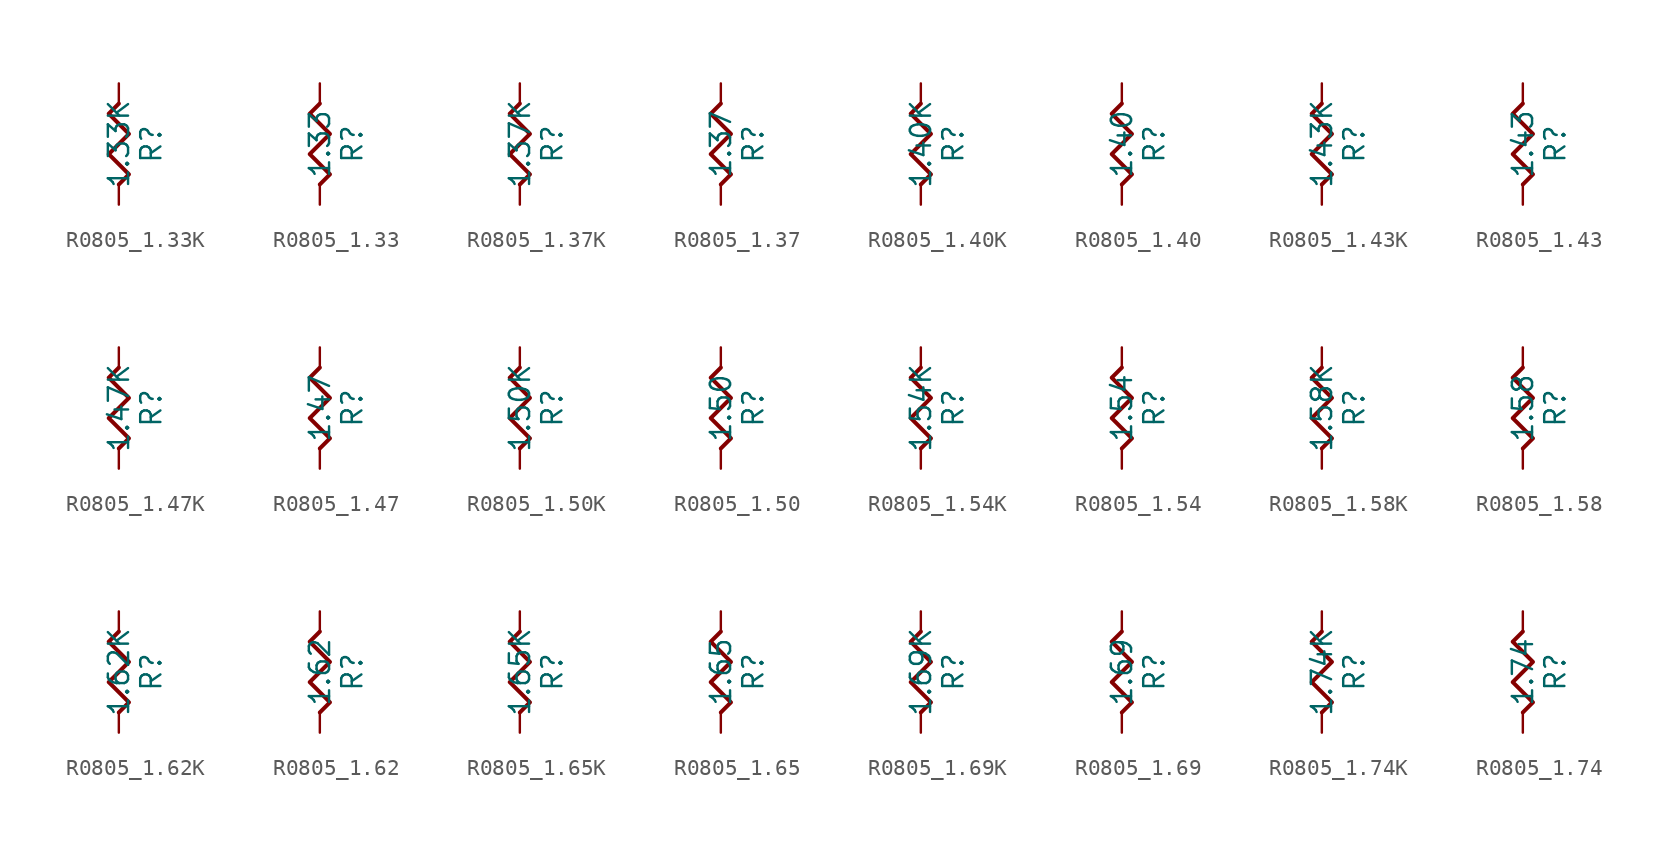
<source format=kicad_sym>
(kicad_symbol_lib
  (version 20211014)
  (generator atlantix-eda)
  (symbol "R0805_1.33K"
    (pin_numbers hide)
    (pin_names
      (offset 0))
    (property "Reference" "R"
      (at 2.032 0 90)
      (effects (font (size 1.27 1.27))))
    (property "Value" "1.33K"
      (at 0 0 90)
      (effects (font (size 1.27 1.27))))
    (symbol "R0805_1.33K_0_1"
      (polyline (pts (xy 0 -2.54) (xy 0.635 -1.905) (xy -0.635 -0.635) (xy 0.635 0.635) (xy -0.635 1.905) (xy 0 2.54)) (stroke (width 0.254) (type default) (color 0 0 0 0)) (fill (type none))))
    (symbol "R0805_1.33K_1_1"
      (pin passive line (at 0 3.81 270) (length 1.27) (name "~" (effects (font (size 1.27 1.27)))) (number "1" (effects (font (size 1.27 1.27)))))
      (pin passive line (at 0 -3.81 90) (length 1.27) (name "~" (effects (font (size 1.27 1.27)))) (number "2" (effects (font (size 1.27 1.27)))))))
  (symbol "R0805_1.33"
    (pin_numbers hide)
    (pin_names
      (offset 0))
    (property "Reference" "R"
      (at 2.032 0 90)
      (effects (font (size 1.27 1.27))))
    (property "Value" "1.33"
      (at 0 0 90)
      (effects (font (size 1.27 1.27))))
    (symbol "R0805_1.33_0_1"
      (polyline (pts (xy 0 -2.54) (xy 0.635 -1.905) (xy -0.635 -0.635) (xy 0.635 0.635) (xy -0.635 1.905) (xy 0 2.54)) (stroke (width 0.254) (type default) (color 0 0 0 0)) (fill (type none))))
    (symbol "R0805_1.33_1_1"
      (pin passive line (at 0 3.81 270) (length 1.27) (name "~" (effects (font (size 1.27 1.27)))) (number "1" (effects (font (size 1.27 1.27)))))
      (pin passive line (at 0 -3.81 90) (length 1.27) (name "~" (effects (font (size 1.27 1.27)))) (number "2" (effects (font (size 1.27 1.27)))))))
  (symbol "R0805_1.37K"
    (pin_numbers hide)
    (pin_names
      (offset 0))
    (property "Reference" "R"
      (at 2.032 0 90)
      (effects (font (size 1.27 1.27))))
    (property "Value" "1.37K"
      (at 0 0 90)
      (effects (font (size 1.27 1.27))))
    (symbol "R0805_1.37K_0_1"
      (polyline (pts (xy 0 -2.54) (xy 0.635 -1.905) (xy -0.635 -0.635) (xy 0.635 0.635) (xy -0.635 1.905) (xy 0 2.54)) (stroke (width 0.254) (type default) (color 0 0 0 0)) (fill (type none))))
    (symbol "R0805_1.37K_1_1"
      (pin passive line (at 0 3.81 270) (length 1.27) (name "~" (effects (font (size 1.27 1.27)))) (number "1" (effects (font (size 1.27 1.27)))))
      (pin passive line (at 0 -3.81 90) (length 1.27) (name "~" (effects (font (size 1.27 1.27)))) (number "2" (effects (font (size 1.27 1.27)))))))
  (symbol "R0805_1.37"
    (pin_numbers hide)
    (pin_names
      (offset 0))
    (property "Reference" "R"
      (at 2.032 0 90)
      (effects (font (size 1.27 1.27))))
    (property "Value" "1.37"
      (at 0 0 90)
      (effects (font (size 1.27 1.27))))
    (symbol "R0805_1.37_0_1"
      (polyline (pts (xy 0 -2.54) (xy 0.635 -1.905) (xy -0.635 -0.635) (xy 0.635 0.635) (xy -0.635 1.905) (xy 0 2.54)) (stroke (width 0.254) (type default) (color 0 0 0 0)) (fill (type none))))
    (symbol "R0805_1.37_1_1"
      (pin passive line (at 0 3.81 270) (length 1.27) (name "~" (effects (font (size 1.27 1.27)))) (number "1" (effects (font (size 1.27 1.27)))))
      (pin passive line (at 0 -3.81 90) (length 1.27) (name "~" (effects (font (size 1.27 1.27)))) (number "2" (effects (font (size 1.27 1.27)))))))
  (symbol "R0805_1.40K"
    (pin_numbers hide)
    (pin_names
      (offset 0))
    (property "Reference" "R"
      (at 2.032 0 90)
      (effects (font (size 1.27 1.27))))
    (property "Value" "1.40K"
      (at 0 0 90)
      (effects (font (size 1.27 1.27))))
    (symbol "R0805_1.40K_0_1"
      (polyline (pts (xy 0 -2.54) (xy 0.635 -1.905) (xy -0.635 -0.635) (xy 0.635 0.635) (xy -0.635 1.905) (xy 0 2.54)) (stroke (width 0.254) (type default) (color 0 0 0 0)) (fill (type none))))
    (symbol "R0805_1.40K_1_1"
      (pin passive line (at 0 3.81 270) (length 1.27) (name "~" (effects (font (size 1.27 1.27)))) (number "1" (effects (font (size 1.27 1.27)))))
      (pin passive line (at 0 -3.81 90) (length 1.27) (name "~" (effects (font (size 1.27 1.27)))) (number "2" (effects (font (size 1.27 1.27)))))))
  (symbol "R0805_1.40"
    (pin_numbers hide)
    (pin_names
      (offset 0))
    (property "Reference" "R"
      (at 2.032 0 90)
      (effects (font (size 1.27 1.27))))
    (property "Value" "1.40"
      (at 0 0 90)
      (effects (font (size 1.27 1.27))))
    (symbol "R0805_1.40_0_1"
      (polyline (pts (xy 0 -2.54) (xy 0.635 -1.905) (xy -0.635 -0.635) (xy 0.635 0.635) (xy -0.635 1.905) (xy 0 2.54)) (stroke (width 0.254) (type default) (color 0 0 0 0)) (fill (type none))))
    (symbol "R0805_1.40_1_1"
      (pin passive line (at 0 3.81 270) (length 1.27) (name "~" (effects (font (size 1.27 1.27)))) (number "1" (effects (font (size 1.27 1.27)))))
      (pin passive line (at 0 -3.81 90) (length 1.27) (name "~" (effects (font (size 1.27 1.27)))) (number "2" (effects (font (size 1.27 1.27)))))))
  (symbol "R0805_1.43K"
    (pin_numbers hide)
    (pin_names
      (offset 0))
    (property "Reference" "R"
      (at 2.032 0 90)
      (effects (font (size 1.27 1.27))))
    (property "Value" "1.43K"
      (at 0 0 90)
      (effects (font (size 1.27 1.27))))
    (symbol "R0805_1.43K_0_1"
      (polyline (pts (xy 0 -2.54) (xy 0.635 -1.905) (xy -0.635 -0.635) (xy 0.635 0.635) (xy -0.635 1.905) (xy 0 2.54)) (stroke (width 0.254) (type default) (color 0 0 0 0)) (fill (type none))))
    (symbol "R0805_1.43K_1_1"
      (pin passive line (at 0 3.81 270) (length 1.27) (name "~" (effects (font (size 1.27 1.27)))) (number "1" (effects (font (size 1.27 1.27)))))
      (pin passive line (at 0 -3.81 90) (length 1.27) (name "~" (effects (font (size 1.27 1.27)))) (number "2" (effects (font (size 1.27 1.27)))))))
  (symbol "R0805_1.43"
    (pin_numbers hide)
    (pin_names
      (offset 0))
    (property "Reference" "R"
      (at 2.032 0 90)
      (effects (font (size 1.27 1.27))))
    (property "Value" "1.43"
      (at 0 0 90)
      (effects (font (size 1.27 1.27))))
    (symbol "R0805_1.43_0_1"
      (polyline (pts (xy 0 -2.54) (xy 0.635 -1.905) (xy -0.635 -0.635) (xy 0.635 0.635) (xy -0.635 1.905) (xy 0 2.54)) (stroke (width 0.254) (type default) (color 0 0 0 0)) (fill (type none))))
    (symbol "R0805_1.43_1_1"
      (pin passive line (at 0 3.81 270) (length 1.27) (name "~" (effects (font (size 1.27 1.27)))) (number "1" (effects (font (size 1.27 1.27)))))
      (pin passive line (at 0 -3.81 90) (length 1.27) (name "~" (effects (font (size 1.27 1.27)))) (number "2" (effects (font (size 1.27 1.27)))))))
  (symbol "R0805_1.47K"
    (pin_numbers hide)
    (pin_names
      (offset 0))
    (property "Reference" "R"
      (at 2.032 0 90)
      (effects (font (size 1.27 1.27))))
    (property "Value" "1.47K"
      (at 0 0 90)
      (effects (font (size 1.27 1.27))))
    (symbol "R0805_1.47K_0_1"
      (polyline (pts (xy 0 -2.54) (xy 0.635 -1.905) (xy -0.635 -0.635) (xy 0.635 0.635) (xy -0.635 1.905) (xy 0 2.54)) (stroke (width 0.254) (type default) (color 0 0 0 0)) (fill (type none))))
    (symbol "R0805_1.47K_1_1"
      (pin passive line (at 0 3.81 270) (length 1.27) (name "~" (effects (font (size 1.27 1.27)))) (number "1" (effects (font (size 1.27 1.27)))))
      (pin passive line (at 0 -3.81 90) (length 1.27) (name "~" (effects (font (size 1.27 1.27)))) (number "2" (effects (font (size 1.27 1.27)))))))
  (symbol "R0805_1.47"
    (pin_numbers hide)
    (pin_names
      (offset 0))
    (property "Reference" "R"
      (at 2.032 0 90)
      (effects (font (size 1.27 1.27))))
    (property "Value" "1.47"
      (at 0 0 90)
      (effects (font (size 1.27 1.27))))
    (symbol "R0805_1.47_0_1"
      (polyline (pts (xy 0 -2.54) (xy 0.635 -1.905) (xy -0.635 -0.635) (xy 0.635 0.635) (xy -0.635 1.905) (xy 0 2.54)) (stroke (width 0.254) (type default) (color 0 0 0 0)) (fill (type none))))
    (symbol "R0805_1.47_1_1"
      (pin passive line (at 0 3.81 270) (length 1.27) (name "~" (effects (font (size 1.27 1.27)))) (number "1" (effects (font (size 1.27 1.27)))))
      (pin passive line (at 0 -3.81 90) (length 1.27) (name "~" (effects (font (size 1.27 1.27)))) (number "2" (effects (font (size 1.27 1.27)))))))
  (symbol "R0805_1.50K"
    (pin_numbers hide)
    (pin_names
      (offset 0))
    (property "Reference" "R"
      (at 2.032 0 90)
      (effects (font (size 1.27 1.27))))
    (property "Value" "1.50K"
      (at 0 0 90)
      (effects (font (size 1.27 1.27))))
    (symbol "R0805_1.50K_0_1"
      (polyline (pts (xy 0 -2.54) (xy 0.635 -1.905) (xy -0.635 -0.635) (xy 0.635 0.635) (xy -0.635 1.905) (xy 0 2.54)) (stroke (width 0.254) (type default) (color 0 0 0 0)) (fill (type none))))
    (symbol "R0805_1.50K_1_1"
      (pin passive line (at 0 3.81 270) (length 1.27) (name "~" (effects (font (size 1.27 1.27)))) (number "1" (effects (font (size 1.27 1.27)))))
      (pin passive line (at 0 -3.81 90) (length 1.27) (name "~" (effects (font (size 1.27 1.27)))) (number "2" (effects (font (size 1.27 1.27)))))))
  (symbol "R0805_1.50"
    (pin_numbers hide)
    (pin_names
      (offset 0))
    (property "Reference" "R"
      (at 2.032 0 90)
      (effects (font (size 1.27 1.27))))
    (property "Value" "1.50"
      (at 0 0 90)
      (effects (font (size 1.27 1.27))))
    (symbol "R0805_1.50_0_1"
      (polyline (pts (xy 0 -2.54) (xy 0.635 -1.905) (xy -0.635 -0.635) (xy 0.635 0.635) (xy -0.635 1.905) (xy 0 2.54)) (stroke (width 0.254) (type default) (color 0 0 0 0)) (fill (type none))))
    (symbol "R0805_1.50_1_1"
      (pin passive line (at 0 3.81 270) (length 1.27) (name "~" (effects (font (size 1.27 1.27)))) (number "1" (effects (font (size 1.27 1.27)))))
      (pin passive line (at 0 -3.81 90) (length 1.27) (name "~" (effects (font (size 1.27 1.27)))) (number "2" (effects (font (size 1.27 1.27)))))))
  (symbol "R0805_1.54K"
    (pin_numbers hide)
    (pin_names
      (offset 0))
    (property "Reference" "R"
      (at 2.032 0 90)
      (effects (font (size 1.27 1.27))))
    (property "Value" "1.54K"
      (at 0 0 90)
      (effects (font (size 1.27 1.27))))
    (symbol "R0805_1.54K_0_1"
      (polyline (pts (xy 0 -2.54) (xy 0.635 -1.905) (xy -0.635 -0.635) (xy 0.635 0.635) (xy -0.635 1.905) (xy 0 2.54)) (stroke (width 0.254) (type default) (color 0 0 0 0)) (fill (type none))))
    (symbol "R0805_1.54K_1_1"
      (pin passive line (at 0 3.81 270) (length 1.27) (name "~" (effects (font (size 1.27 1.27)))) (number "1" (effects (font (size 1.27 1.27)))))
      (pin passive line (at 0 -3.81 90) (length 1.27) (name "~" (effects (font (size 1.27 1.27)))) (number "2" (effects (font (size 1.27 1.27)))))))
  (symbol "R0805_1.54"
    (pin_numbers hide)
    (pin_names
      (offset 0))
    (property "Reference" "R"
      (at 2.032 0 90)
      (effects (font (size 1.27 1.27))))
    (property "Value" "1.54"
      (at 0 0 90)
      (effects (font (size 1.27 1.27))))
    (symbol "R0805_1.54_0_1"
      (polyline (pts (xy 0 -2.54) (xy 0.635 -1.905) (xy -0.635 -0.635) (xy 0.635 0.635) (xy -0.635 1.905) (xy 0 2.54)) (stroke (width 0.254) (type default) (color 0 0 0 0)) (fill (type none))))
    (symbol "R0805_1.54_1_1"
      (pin passive line (at 0 3.81 270) (length 1.27) (name "~" (effects (font (size 1.27 1.27)))) (number "1" (effects (font (size 1.27 1.27)))))
      (pin passive line (at 0 -3.81 90) (length 1.27) (name "~" (effects (font (size 1.27 1.27)))) (number "2" (effects (font (size 1.27 1.27)))))))
  (symbol "R0805_1.58K"
    (pin_numbers hide)
    (pin_names
      (offset 0))
    (property "Reference" "R"
      (at 2.032 0 90)
      (effects (font (size 1.27 1.27))))
    (property "Value" "1.58K"
      (at 0 0 90)
      (effects (font (size 1.27 1.27))))
    (symbol "R0805_1.58K_0_1"
      (polyline (pts (xy 0 -2.54) (xy 0.635 -1.905) (xy -0.635 -0.635) (xy 0.635 0.635) (xy -0.635 1.905) (xy 0 2.54)) (stroke (width 0.254) (type default) (color 0 0 0 0)) (fill (type none))))
    (symbol "R0805_1.58K_1_1"
      (pin passive line (at 0 3.81 270) (length 1.27) (name "~" (effects (font (size 1.27 1.27)))) (number "1" (effects (font (size 1.27 1.27)))))
      (pin passive line (at 0 -3.81 90) (length 1.27) (name "~" (effects (font (size 1.27 1.27)))) (number "2" (effects (font (size 1.27 1.27)))))))
  (symbol "R0805_1.58"
    (pin_numbers hide)
    (pin_names
      (offset 0))
    (property "Reference" "R"
      (at 2.032 0 90)
      (effects (font (size 1.27 1.27))))
    (property "Value" "1.58"
      (at 0 0 90)
      (effects (font (size 1.27 1.27))))
    (symbol "R0805_1.58_0_1"
      (polyline (pts (xy 0 -2.54) (xy 0.635 -1.905) (xy -0.635 -0.635) (xy 0.635 0.635) (xy -0.635 1.905) (xy 0 2.54)) (stroke (width 0.254) (type default) (color 0 0 0 0)) (fill (type none))))
    (symbol "R0805_1.58_1_1"
      (pin passive line (at 0 3.81 270) (length 1.27) (name "~" (effects (font (size 1.27 1.27)))) (number "1" (effects (font (size 1.27 1.27)))))
      (pin passive line (at 0 -3.81 90) (length 1.27) (name "~" (effects (font (size 1.27 1.27)))) (number "2" (effects (font (size 1.27 1.27)))))))
  (symbol "R0805_1.62K"
    (pin_numbers hide)
    (pin_names
      (offset 0))
    (property "Reference" "R"
      (at 2.032 0 90)
      (effects (font (size 1.27 1.27))))
    (property "Value" "1.62K"
      (at 0 0 90)
      (effects (font (size 1.27 1.27))))
    (symbol "R0805_1.62K_0_1"
      (polyline (pts (xy 0 -2.54) (xy 0.635 -1.905) (xy -0.635 -0.635) (xy 0.635 0.635) (xy -0.635 1.905) (xy 0 2.54)) (stroke (width 0.254) (type default) (color 0 0 0 0)) (fill (type none))))
    (symbol "R0805_1.62K_1_1"
      (pin passive line (at 0 3.81 270) (length 1.27) (name "~" (effects (font (size 1.27 1.27)))) (number "1" (effects (font (size 1.27 1.27)))))
      (pin passive line (at 0 -3.81 90) (length 1.27) (name "~" (effects (font (size 1.27 1.27)))) (number "2" (effects (font (size 1.27 1.27)))))))
  (symbol "R0805_1.62"
    (pin_numbers hide)
    (pin_names
      (offset 0))
    (property "Reference" "R"
      (at 2.032 0 90)
      (effects (font (size 1.27 1.27))))
    (property "Value" "1.62"
      (at 0 0 90)
      (effects (font (size 1.27 1.27))))
    (symbol "R0805_1.62_0_1"
      (polyline (pts (xy 0 -2.54) (xy 0.635 -1.905) (xy -0.635 -0.635) (xy 0.635 0.635) (xy -0.635 1.905) (xy 0 2.54)) (stroke (width 0.254) (type default) (color 0 0 0 0)) (fill (type none))))
    (symbol "R0805_1.62_1_1"
      (pin passive line (at 0 3.81 270) (length 1.27) (name "~" (effects (font (size 1.27 1.27)))) (number "1" (effects (font (size 1.27 1.27)))))
      (pin passive line (at 0 -3.81 90) (length 1.27) (name "~" (effects (font (size 1.27 1.27)))) (number "2" (effects (font (size 1.27 1.27)))))))
  (symbol "R0805_1.65K"
    (pin_numbers hide)
    (pin_names
      (offset 0))
    (property "Reference" "R"
      (at 2.032 0 90)
      (effects (font (size 1.27 1.27))))
    (property "Value" "1.65K"
      (at 0 0 90)
      (effects (font (size 1.27 1.27))))
    (symbol "R0805_1.65K_0_1"
      (polyline (pts (xy 0 -2.54) (xy 0.635 -1.905) (xy -0.635 -0.635) (xy 0.635 0.635) (xy -0.635 1.905) (xy 0 2.54)) (stroke (width 0.254) (type default) (color 0 0 0 0)) (fill (type none))))
    (symbol "R0805_1.65K_1_1"
      (pin passive line (at 0 3.81 270) (length 1.27) (name "~" (effects (font (size 1.27 1.27)))) (number "1" (effects (font (size 1.27 1.27)))))
      (pin passive line (at 0 -3.81 90) (length 1.27) (name "~" (effects (font (size 1.27 1.27)))) (number "2" (effects (font (size 1.27 1.27)))))))
  (symbol "R0805_1.65"
    (pin_numbers hide)
    (pin_names
      (offset 0))
    (property "Reference" "R"
      (at 2.032 0 90)
      (effects (font (size 1.27 1.27))))
    (property "Value" "1.65"
      (at 0 0 90)
      (effects (font (size 1.27 1.27))))
    (symbol "R0805_1.65_0_1"
      (polyline (pts (xy 0 -2.54) (xy 0.635 -1.905) (xy -0.635 -0.635) (xy 0.635 0.635) (xy -0.635 1.905) (xy 0 2.54)) (stroke (width 0.254) (type default) (color 0 0 0 0)) (fill (type none))))
    (symbol "R0805_1.65_1_1"
      (pin passive line (at 0 3.81 270) (length 1.27) (name "~" (effects (font (size 1.27 1.27)))) (number "1" (effects (font (size 1.27 1.27)))))
      (pin passive line (at 0 -3.81 90) (length 1.27) (name "~" (effects (font (size 1.27 1.27)))) (number "2" (effects (font (size 1.27 1.27)))))))
  (symbol "R0805_1.69K"
    (pin_numbers hide)
    (pin_names
      (offset 0))
    (property "Reference" "R"
      (at 2.032 0 90)
      (effects (font (size 1.27 1.27))))
    (property "Value" "1.69K"
      (at 0 0 90)
      (effects (font (size 1.27 1.27))))
    (symbol "R0805_1.69K_0_1"
      (polyline (pts (xy 0 -2.54) (xy 0.635 -1.905) (xy -0.635 -0.635) (xy 0.635 0.635) (xy -0.635 1.905) (xy 0 2.54)) (stroke (width 0.254) (type default) (color 0 0 0 0)) (fill (type none))))
    (symbol "R0805_1.69K_1_1"
      (pin passive line (at 0 3.81 270) (length 1.27) (name "~" (effects (font (size 1.27 1.27)))) (number "1" (effects (font (size 1.27 1.27)))))
      (pin passive line (at 0 -3.81 90) (length 1.27) (name "~" (effects (font (size 1.27 1.27)))) (number "2" (effects (font (size 1.27 1.27)))))))
  (symbol "R0805_1.69"
    (pin_numbers hide)
    (pin_names
      (offset 0))
    (property "Reference" "R"
      (at 2.032 0 90)
      (effects (font (size 1.27 1.27))))
    (property "Value" "1.69"
      (at 0 0 90)
      (effects (font (size 1.27 1.27))))
    (symbol "R0805_1.69_0_1"
      (polyline (pts (xy 0 -2.54) (xy 0.635 -1.905) (xy -0.635 -0.635) (xy 0.635 0.635) (xy -0.635 1.905) (xy 0 2.54)) (stroke (width 0.254) (type default) (color 0 0 0 0)) (fill (type none))))
    (symbol "R0805_1.69_1_1"
      (pin passive line (at 0 3.81 270) (length 1.27) (name "~" (effects (font (size 1.27 1.27)))) (number "1" (effects (font (size 1.27 1.27)))))
      (pin passive line (at 0 -3.81 90) (length 1.27) (name "~" (effects (font (size 1.27 1.27)))) (number "2" (effects (font (size 1.27 1.27)))))))
  (symbol "R0805_1.74K"
    (pin_numbers hide)
    (pin_names
      (offset 0))
    (property "Reference" "R"
      (at 2.032 0 90)
      (effects (font (size 1.27 1.27))))
    (property "Value" "1.74K"
      (at 0 0 90)
      (effects (font (size 1.27 1.27))))
    (symbol "R0805_1.74K_0_1"
      (polyline (pts (xy 0 -2.54) (xy 0.635 -1.905) (xy -0.635 -0.635) (xy 0.635 0.635) (xy -0.635 1.905) (xy 0 2.54)) (stroke (width 0.254) (type default) (color 0 0 0 0)) (fill (type none))))
    (symbol "R0805_1.74K_1_1"
      (pin passive line (at 0 3.81 270) (length 1.27) (name "~" (effects (font (size 1.27 1.27)))) (number "1" (effects (font (size 1.27 1.27)))))
      (pin passive line (at 0 -3.81 90) (length 1.27) (name "~" (effects (font (size 1.27 1.27)))) (number "2" (effects (font (size 1.27 1.27)))))))
  (symbol "R0805_1.74"
    (pin_numbers hide)
    (pin_names
      (offset 0))
    (property "Reference" "R"
      (at 2.032 0 90)
      (effects (font (size 1.27 1.27))))
    (property "Value" "1.74"
      (at 0 0 90)
      (effects (font (size 1.27 1.27))))
    (symbol "R0805_1.74_0_1"
      (polyline (pts (xy 0 -2.54) (xy 0.635 -1.905) (xy -0.635 -0.635) (xy 0.635 0.635) (xy -0.635 1.905) (xy 0 2.54)) (stroke (width 0.254) (type default) (color 0 0 0 0)) (fill (type none))))
    (symbol "R0805_1.74_1_1"
      (pin passive line (at 0 3.81 270) (length 1.27) (name "~" (effects (font (size 1.27 1.27)))) (number "1" (effects (font (size 1.27 1.27)))))
      (pin passive line (at 0 -3.81 90) (length 1.27) (name "~" (effects (font (size 1.27 1.27)))) (number "2" (effects (font (size 1.27 1.27))))))))
</source>
